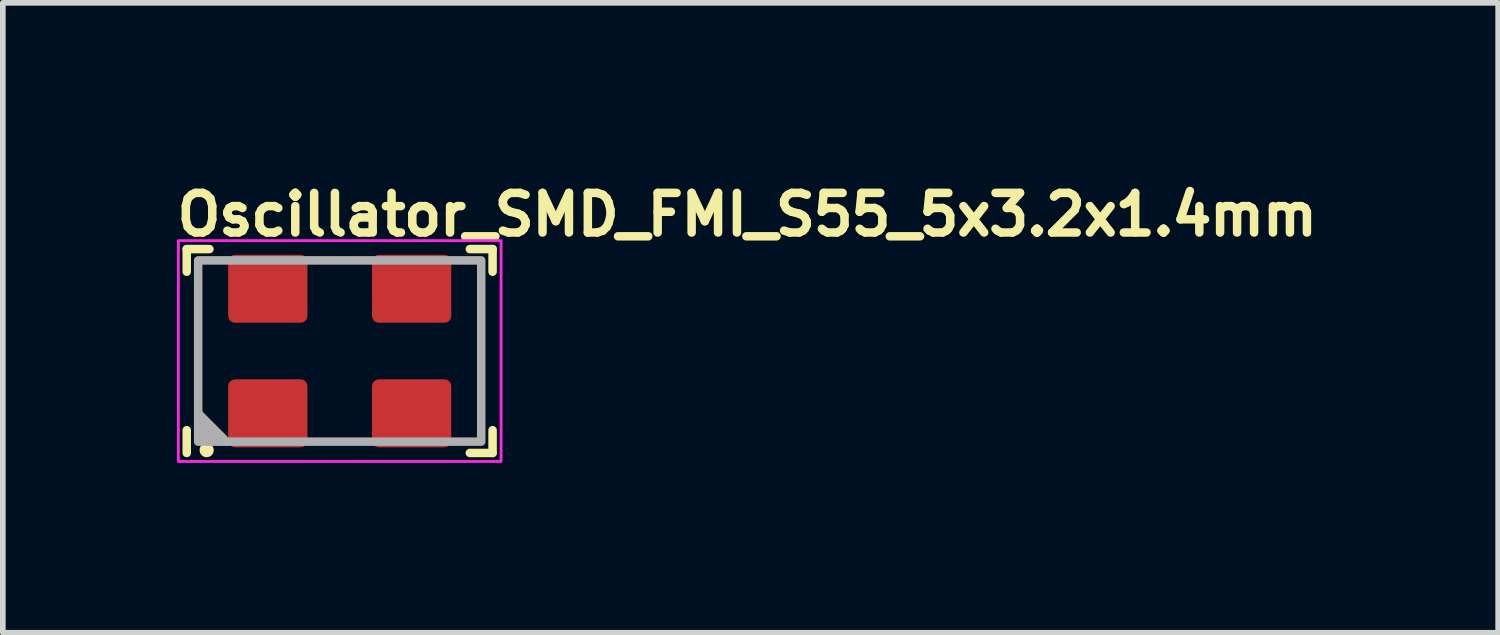
<source format=kicad_pcb>
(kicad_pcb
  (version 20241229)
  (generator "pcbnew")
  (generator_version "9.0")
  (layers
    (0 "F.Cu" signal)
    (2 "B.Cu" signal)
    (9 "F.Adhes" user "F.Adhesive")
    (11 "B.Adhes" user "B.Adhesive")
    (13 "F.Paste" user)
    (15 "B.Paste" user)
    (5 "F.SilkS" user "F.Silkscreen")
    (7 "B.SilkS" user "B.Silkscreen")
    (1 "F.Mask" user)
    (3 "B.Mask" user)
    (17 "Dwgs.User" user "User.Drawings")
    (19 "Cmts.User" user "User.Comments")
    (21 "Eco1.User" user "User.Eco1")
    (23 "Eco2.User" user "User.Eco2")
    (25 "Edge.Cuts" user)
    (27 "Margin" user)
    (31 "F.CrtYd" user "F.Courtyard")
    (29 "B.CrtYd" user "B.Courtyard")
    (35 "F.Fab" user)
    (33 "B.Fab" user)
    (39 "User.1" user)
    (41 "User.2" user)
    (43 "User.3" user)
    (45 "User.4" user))
  (footprint "Oscillator_SMD_FMI_S55_5x3.2x1.4mm"
    (layer "F.Cu")
    (at 2.95 3.15)
    (property "Reference" "Oscillator_SMD_FMI_S55_5x3.2x1.4mm" (at -2.95 -2 0) (layer "F.SilkS") (effects (font (size 0.7 0.7) (thickness 0.15)) (justify left bottom)))
    (attr smd)
    (fp_line (start -2.702 -1.801) (end -2.301 -1.801) (stroke (width 0.15) (type solid)) (layer "F.SilkS"))
    (fp_line (start -2.702 -1.401) (end -2.702 -1.801) (stroke (width 0.15) (type solid)) (layer "F.SilkS"))
    (fp_line (start -2.702 1.8) (end -2.702 1.398) (stroke (width 0.15) (type solid)) (layer "F.SilkS"))
    (fp_line (start 2.298 -1.801) (end 2.7 -1.801) (stroke (width 0.15) (type solid)) (layer "F.SilkS"))
    (fp_line (start 2.7 -1.801) (end 2.7 -1.401) (stroke (width 0.15) (type solid)) (layer "F.SilkS"))
    (fp_line (start 2.7 1.398) (end 2.7 1.8) (stroke (width 0.15) (type solid)) (layer "F.SilkS"))
    (fp_line (start 2.7 1.8) (end 2.298 1.8) (stroke (width 0.15) (type solid)) (layer "F.SilkS"))
    (fp_circle (center -2.35 1.75) (end -2.3 1.75) (stroke (width 0.15) (type solid)) (fill yes) (layer "F.SilkS"))
    (fp_rect (start -2.85 -1.95) (end 2.85 1.95) (stroke (width 0.05) (type solid)) (fill no) (layer "F.CrtYd"))
    (fp_line (start -2.3 1.6) (end -2.5 1.4) (stroke (width 0.15) (type solid)) (layer "F.Fab"))
    (fp_line (start -2.2 1.6) (end -2.5 1.3) (stroke (width 0.15) (type solid)) (layer "F.Fab"))
    (fp_line (start -2.1 1.6) (end -2.5 1.2) (stroke (width 0.15) (type solid)) (layer "F.Fab"))
    (fp_line (start -2 1.6) (end -2.5 1.1) (stroke (width 0.15) (type solid)) (layer "F.Fab"))
    (fp_rect (start -2.5 -1.601) (end 2.499 1.6) (stroke (width 0.15) (type solid)) (fill no) (layer "F.Fab"))
    (fp_rect (start -2.5 -1.6) (end 2.5 1.6) (stroke (width 0.1) (type solid)) (fill no) (layer "User.5"))
    (fp_line (start -2.5 -1.4) (end -2.47 -1.402) (stroke (width 0.02) (type solid)) (layer "User.9"))
    (fp_line (start -2.5 -1.2) (end -2.497 -1.252) (stroke (width 0.02) (type solid)) (layer "User.9"))
    (fp_line (start -2.5 -0.7) (end -2.5 -1.4) (stroke (width 0.02) (type solid)) (layer "User.9"))
    (fp_line (start -2.5 1.2) (end -2.5 -1.2) (stroke (width 0.02) (type solid)) (layer "User.9"))
    (fp_line (start -2.5 1.4) (end -2.5 0.7) (stroke (width 0.02) (type solid)) (layer "User.9"))
    (fp_line (start -2.497 -1.252) (end -2.486 -1.304) (stroke (width 0.02) (type solid)) (layer "User.9"))
    (fp_line (start -2.497 1.252) (end -2.5 1.2) (stroke (width 0.02) (type solid)) (layer "User.9"))
    (fp_line (start -2.486 -1.304) (end -2.47 -1.353) (stroke (width 0.02) (type solid)) (layer "User.9"))
    (fp_line (start -2.486 1.304) (end -2.497 1.252) (stroke (width 0.02) (type solid)) (layer "User.9"))
    (fp_line (start -2.47 -1.402) (end -2.441 -1.409) (stroke (width 0.02) (type solid)) (layer "User.9"))
    (fp_line (start -2.47 -1.353) (end -2.446 -1.4) (stroke (width 0.02) (type solid)) (layer "User.9"))
    (fp_line (start -2.47 1.353) (end -2.486 1.304) (stroke (width 0.02) (type solid)) (layer "User.9"))
    (fp_line (start -2.47 1.402) (end -2.5 1.4) (stroke (width 0.02) (type solid)) (layer "User.9"))
    (fp_line (start -2.446 -1.4) (end -2.417 -1.444) (stroke (width 0.02) (type solid)) (layer "User.9"))
    (fp_line (start -2.446 1.4) (end -2.47 1.353) (stroke (width 0.02) (type solid)) (layer "User.9"))
    (fp_line (start -2.441 1.409) (end -2.47 1.402) (stroke (width 0.02) (type solid)) (layer "User.9"))
    (fp_line (start -2.417 -1.444) (end -2.383 -1.483) (stroke (width 0.02) (type solid)) (layer "User.9"))
    (fp_line (start -2.417 1.444) (end -2.446 1.4) (stroke (width 0.02) (type solid)) (layer "User.9"))
    (fp_line (start -2.383 -1.483) (end -2.344 -1.517) (stroke (width 0.02) (type solid)) (layer "User.9"))
    (fp_line (start -2.383 1.483) (end -2.417 1.444) (stroke (width 0.02) (type solid)) (layer "User.9"))
    (fp_line (start -2.344 -1.517) (end -2.3 -1.546) (stroke (width 0.02) (type solid)) (layer "User.9"))
    (fp_line (start -2.344 1.517) (end -2.383 1.483) (stroke (width 0.02) (type solid)) (layer "User.9"))
    (fp_line (start -2.309 -1.541) (end -2.302 -1.57) (stroke (width 0.02) (type solid)) (layer "User.9"))
    (fp_line (start -2.302 -1.57) (end -2.3 -1.6) (stroke (width 0.02) (type solid)) (layer "User.9"))
    (fp_line (start -2.302 1.57) (end -2.309 1.541) (stroke (width 0.02) (type solid)) (layer "User.9"))
    (fp_line (start -2.3 -1.6) (end -1.72 -1.6) (stroke (width 0.02) (type solid)) (layer "User.9"))
    (fp_line (start -2.3 -1.546) (end -2.253 -1.57) (stroke (width 0.02) (type solid)) (layer "User.9"))
    (fp_line (start -2.3 -1.2) (end -2.296 -1.239) (stroke (width 0.02) (type solid)) (layer "User.9"))
    (fp_line (start -2.3 1.2) (end -2.3 -1.2) (stroke (width 0.02) (type solid)) (layer "User.9"))
    (fp_line (start -2.3 1.546) (end -2.344 1.517) (stroke (width 0.02) (type solid)) (layer "User.9"))
    (fp_line (start -2.3 1.6) (end -2.302 1.57) (stroke (width 0.02) (type solid)) (layer "User.9"))
    (fp_line (start -2.296 -1.239) (end -2.285 -1.277) (stroke (width 0.02) (type solid)) (layer "User.9"))
    (fp_line (start -2.296 1.239) (end -2.3 1.2) (stroke (width 0.02) (type solid)) (layer "User.9"))
    (fp_line (start -2.285 -1.277) (end -2.266 -1.311) (stroke (width 0.02) (type solid)) (layer "User.9"))
    (fp_line (start -2.285 1.277) (end -2.296 1.239) (stroke (width 0.02) (type solid)) (layer "User.9"))
    (fp_line (start -2.266 -1.311) (end -2.241 -1.341) (stroke (width 0.02) (type solid)) (layer "User.9"))
    (fp_line (start -2.266 1.311) (end -2.285 1.277) (stroke (width 0.02) (type solid)) (layer "User.9"))
    (fp_line (start -2.253 -1.57) (end -2.204 -1.586) (stroke (width 0.02) (type solid)) (layer "User.9"))
    (fp_line (start -2.253 1.57) (end -2.3 1.546) (stroke (width 0.02) (type solid)) (layer "User.9"))
    (fp_line (start -2.241 -1.341) (end -2.211 -1.366) (stroke (width 0.02) (type solid)) (layer "User.9"))
    (fp_line (start -2.241 1.341) (end -2.266 1.311) (stroke (width 0.02) (type solid)) (layer "User.9"))
    (fp_line (start -2.211 -1.366) (end -2.177 -1.385) (stroke (width 0.02) (type solid)) (layer "User.9"))
    (fp_line (start -2.211 1.366) (end -2.241 1.341) (stroke (width 0.02) (type solid)) (layer "User.9"))
    (fp_line (start -2.204 -1.586) (end -2.152 -1.597) (stroke (width 0.02) (type solid)) (layer "User.9"))
    (fp_line (start -2.204 1.586) (end -2.253 1.57) (stroke (width 0.02) (type solid)) (layer "User.9"))
    (fp_line (start -2.177 -1.385) (end -2.139 -1.396) (stroke (width 0.02) (type solid)) (layer "User.9"))
    (fp_line (start -2.177 1.385) (end -2.211 1.366) (stroke (width 0.02) (type solid)) (layer "User.9"))
    (fp_line (start -2.152 -1.597) (end -2.1 -1.6) (stroke (width 0.02) (type solid)) (layer "User.9"))
    (fp_line (start -2.152 1.597) (end -2.204 1.586) (stroke (width 0.02) (type solid)) (layer "User.9"))
    (fp_line (start -2.139 -1.396) (end -2.1 -1.4) (stroke (width 0.02) (type solid)) (layer "User.9"))
    (fp_line (start -2.139 1.396) (end -2.177 1.385) (stroke (width 0.02) (type solid)) (layer "User.9"))
    (fp_line (start -2.1 -1.6) (end 2.1 -1.6) (stroke (width 0.02) (type solid)) (layer "User.9"))
    (fp_line (start -2.1 -1.4) (end 2.1 -1.4) (stroke (width 0.02) (type solid)) (layer "User.9"))
    (fp_line (start -2.1 1.4) (end -2.139 1.396) (stroke (width 0.02) (type solid)) (layer "User.9"))
    (fp_line (start -2.1 1.6) (end -2.152 1.597) (stroke (width 0.02) (type solid)) (layer "User.9"))
    (fp_line (start -1.72 1.6) (end -2.3 1.6) (stroke (width 0.02) (type solid)) (layer "User.9"))
    (fp_line (start 1.72 -1.6) (end 2.3 -1.6) (stroke (width 0.02) (type solid)) (layer "User.9"))
    (fp_line (start 2.1 -1.6) (end 2.152 -1.597) (stroke (width 0.02) (type solid)) (layer "User.9"))
    (fp_line (start 2.1 -1.4) (end 2.139 -1.396) (stroke (width 0.02) (type solid)) (layer "User.9"))
    (fp_line (start 2.1 1.4) (end -2.1 1.4) (stroke (width 0.02) (type solid)) (layer "User.9"))
    (fp_line (start 2.1 1.6) (end -2.1 1.6) (stroke (width 0.02) (type solid)) (layer "User.9"))
    (fp_line (start 2.139 -1.396) (end 2.177 -1.385) (stroke (width 0.02) (type solid)) (layer "User.9"))
    (fp_line (start 2.139 1.396) (end 2.1 1.4) (stroke (width 0.02) (type solid)) (layer "User.9"))
    (fp_line (start 2.152 -1.597) (end 2.204 -1.586) (stroke (width 0.02) (type solid)) (layer "User.9"))
    (fp_line (start 2.152 1.597) (end 2.1 1.6) (stroke (width 0.02) (type solid)) (layer "User.9"))
    (fp_line (start 2.177 -1.385) (end 2.211 -1.366) (stroke (width 0.02) (type solid)) (layer "User.9"))
    (fp_line (start 2.177 1.385) (end 2.139 1.396) (stroke (width 0.02) (type solid)) (layer "User.9"))
    (fp_line (start 2.204 -1.586) (end 2.253 -1.57) (stroke (width 0.02) (type solid)) (layer "User.9"))
    (fp_line (start 2.204 1.586) (end 2.152 1.597) (stroke (width 0.02) (type solid)) (layer "User.9"))
    (fp_line (start 2.211 -1.366) (end 2.241 -1.341) (stroke (width 0.02) (type solid)) (layer "User.9"))
    (fp_line (start 2.211 1.366) (end 2.177 1.385) (stroke (width 0.02) (type solid)) (layer "User.9"))
    (fp_line (start 2.241 -1.341) (end 2.266 -1.311) (stroke (width 0.02) (type solid)) (layer "User.9"))
    (fp_line (start 2.241 1.341) (end 2.211 1.366) (stroke (width 0.02) (type solid)) (layer "User.9"))
    (fp_line (start 2.253 -1.57) (end 2.3 -1.546) (stroke (width 0.02) (type solid)) (layer "User.9"))
    (fp_line (start 2.253 1.57) (end 2.204 1.586) (stroke (width 0.02) (type solid)) (layer "User.9"))
    (fp_line (start 2.266 -1.311) (end 2.285 -1.277) (stroke (width 0.02) (type solid)) (layer "User.9"))
    (fp_line (start 2.266 1.311) (end 2.241 1.341) (stroke (width 0.02) (type solid)) (layer "User.9"))
    (fp_line (start 2.285 -1.277) (end 2.296 -1.239) (stroke (width 0.02) (type solid)) (layer "User.9"))
    (fp_line (start 2.285 1.277) (end 2.266 1.311) (stroke (width 0.02) (type solid)) (layer "User.9"))
    (fp_line (start 2.296 -1.239) (end 2.3 -1.2) (stroke (width 0.02) (type solid)) (layer "User.9"))
    (fp_line (start 2.296 1.239) (end 2.285 1.277) (stroke (width 0.02) (type solid)) (layer "User.9"))
    (fp_line (start 2.3 -1.6) (end 2.302 -1.57) (stroke (width 0.02) (type solid)) (layer "User.9"))
    (fp_line (start 2.3 -1.546) (end 2.344 -1.517) (stroke (width 0.02) (type solid)) (layer "User.9"))
    (fp_line (start 2.3 -1.2) (end 2.3 1.2) (stroke (width 0.02) (type solid)) (layer "User.9"))
    (fp_line (start 2.3 1.2) (end 2.296 1.239) (stroke (width 0.02) (type solid)) (layer "User.9"))
    (fp_line (start 2.3 1.546) (end 2.253 1.57) (stroke (width 0.02) (type solid)) (layer "User.9"))
    (fp_line (start 2.3 1.6) (end 1.72 1.6) (stroke (width 0.02) (type solid)) (layer "User.9"))
    (fp_line (start 2.302 -1.57) (end 2.309 -1.541) (stroke (width 0.02) (type solid)) (layer "User.9"))
    (fp_line (start 2.302 1.57) (end 2.3 1.6) (stroke (width 0.02) (type solid)) (layer "User.9"))
    (fp_line (start 2.309 1.541) (end 2.302 1.57) (stroke (width 0.02) (type solid)) (layer "User.9"))
    (fp_line (start 2.344 -1.517) (end 2.383 -1.483) (stroke (width 0.02) (type solid)) (layer "User.9"))
    (fp_line (start 2.344 1.517) (end 2.3 1.546) (stroke (width 0.02) (type solid)) (layer "User.9"))
    (fp_line (start 2.383 -1.483) (end 2.417 -1.444) (stroke (width 0.02) (type solid)) (layer "User.9"))
    (fp_line (start 2.383 1.483) (end 2.344 1.517) (stroke (width 0.02) (type solid)) (layer "User.9"))
    (fp_line (start 2.417 -1.444) (end 2.446 -1.4) (stroke (width 0.02) (type solid)) (layer "User.9"))
    (fp_line (start 2.417 1.444) (end 2.383 1.483) (stroke (width 0.02) (type solid)) (layer "User.9"))
    (fp_line (start 2.441 -1.409) (end 2.47 -1.402) (stroke (width 0.02) (type solid)) (layer "User.9"))
    (fp_line (start 2.446 -1.4) (end 2.47 -1.353) (stroke (width 0.02) (type solid)) (layer "User.9"))
    (fp_line (start 2.446 1.4) (end 2.417 1.444) (stroke (width 0.02) (type solid)) (layer "User.9"))
    (fp_line (start 2.47 -1.402) (end 2.5 -1.4) (stroke (width 0.02) (type solid)) (layer "User.9"))
    (fp_line (start 2.47 -1.353) (end 2.486 -1.304) (stroke (width 0.02) (type solid)) (layer "User.9"))
    (fp_line (start 2.47 1.353) (end 2.446 1.4) (stroke (width 0.02) (type solid)) (layer "User.9"))
    (fp_line (start 2.47 1.402) (end 2.441 1.409) (stroke (width 0.02) (type solid)) (layer "User.9"))
    (fp_line (start 2.486 -1.304) (end 2.497 -1.252) (stroke (width 0.02) (type solid)) (layer "User.9"))
    (fp_line (start 2.486 1.304) (end 2.47 1.353) (stroke (width 0.02) (type solid)) (layer "User.9"))
    (fp_line (start 2.497 -1.252) (end 2.5 -1.2) (stroke (width 0.02) (type solid)) (layer "User.9"))
    (fp_line (start 2.497 1.252) (end 2.486 1.304) (stroke (width 0.02) (type solid)) (layer "User.9"))
    (fp_line (start 2.5 -1.4) (end 2.5 -0.7) (stroke (width 0.02) (type solid)) (layer "User.9"))
    (fp_line (start 2.5 -1.2) (end 2.5 1.2) (stroke (width 0.02) (type solid)) (layer "User.9"))
    (fp_line (start 2.5 0.7) (end 2.5 1.4) (stroke (width 0.02) (type solid)) (layer "User.9"))
    (fp_line (start 2.5 1.2) (end 2.497 1.252) (stroke (width 0.02) (type solid)) (layer "User.9"))
    (fp_line (start 2.5 1.4) (end 2.47 1.402) (stroke (width 0.02) (type solid)) (layer "User.9"))
    (pad "1" smd roundrect (at -1.27 1.1) (size 1.4 1.2) (layers "F.Cu" "F.Mask" "F.Paste") (roundrect_rratio 0.1))
    (pad "2" smd roundrect (at 1.27 1.1) (size 1.4 1.2) (layers "F.Cu" "F.Mask" "F.Paste") (roundrect_rratio 0.1))
    (pad "3" smd roundrect (at 1.27 -1.1) (size 1.4 1.2) (layers "F.Cu" "F.Mask" "F.Paste") (roundrect_rratio 0.1))
    (pad "4" smd roundrect (at -1.27 -1.1) (size 1.4 1.2) (layers "F.Cu" "F.Mask" "F.Paste") (roundrect_rratio 0.1)))
  (gr_rect
    (start -3 -3)
    (end 23.41 8.125)
    (stroke (width 0.1) (type default))
    (fill no)
    (layer "Edge.Cuts")))
</source>
